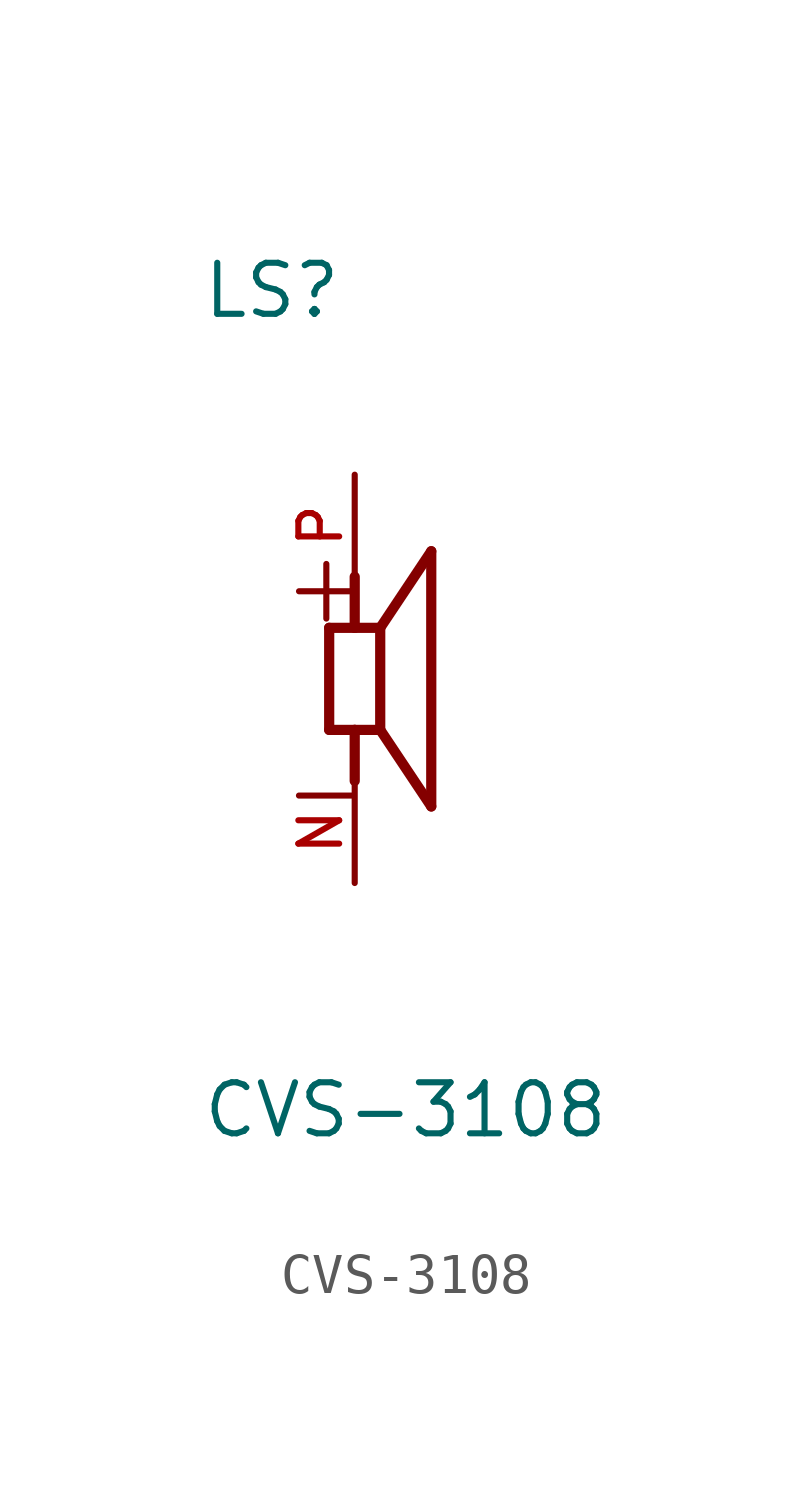
<source format=kicad_sym>
(kicad_symbol_lib
  (version 20211014)
  (generator kicad_symbol_editor)
  (symbol "CVS-3108"
    (pin_names
      (offset 1.016))
    (property "Reference" "LS"
      (at -3.823 8.92 0)
      (effects (font (size 1.27 1.27)) (justify bottom left)))
    (property "Value" "CVS-3108"
      (at -3.824 -11.472 0)
      (effects (font (size 1.27 1.27)) (justify bottom left)))
    (symbol "CVS-3108_0_0"
      (polyline (pts (xy -0.635 1.27) (xy 0.0 1.27)) (stroke (width 0.254)))
      (polyline (pts (xy 0.0 1.27) (xy 0.635 1.27)) (stroke (width 0.254)))
      (polyline (pts (xy 0.635 1.27) (xy 0.635 -1.27)) (stroke (width 0.254)))
      (polyline (pts (xy 0.635 -1.27) (xy 0.0 -1.27)) (stroke (width 0.254)))
      (polyline (pts (xy 0.0 -1.27) (xy -0.635 -1.27)) (stroke (width 0.254)))
      (polyline (pts (xy -0.635 -1.27) (xy -0.635 1.27)) (stroke (width 0.254)))
      (polyline (pts (xy 0.635 1.27) (xy 1.905 3.175)) (stroke (width 0.254)))
      (polyline (pts (xy 1.905 3.175) (xy 1.905 -3.175)) (stroke (width 0.254)))
      (polyline (pts (xy 1.905 -3.175) (xy 0.635 -1.27)) (stroke (width 0.254)))
      (polyline (pts (xy 0.0 1.27) (xy 0.0 2.54)) (stroke (width 0.254)))
      (polyline (pts (xy 0.0 -1.27) (xy 0.0 -2.54)) (stroke (width 0.254)))
      (text "+" (at -1.91 1.274 0) (effects (font (size 1.783 1.783)) (justify bottom left)))
      (text "-" (at -1.912 -3.811 0) (effects (font (size 1.785 1.785)) (justify bottom left)))
      (pin passive line (at 0.0 5.08 270.0) (length 2.54) (name "~" (effects (font (size 1.016 1.016)))) (number "P" (effects (font (size 1.016 1.016)))))
      (pin passive line (at 0.0 -5.08 90.0) (length 2.54) (name "~" (effects (font (size 1.016 1.016)))) (number "N" (effects (font (size 1.016 1.016))))))))
</source>
